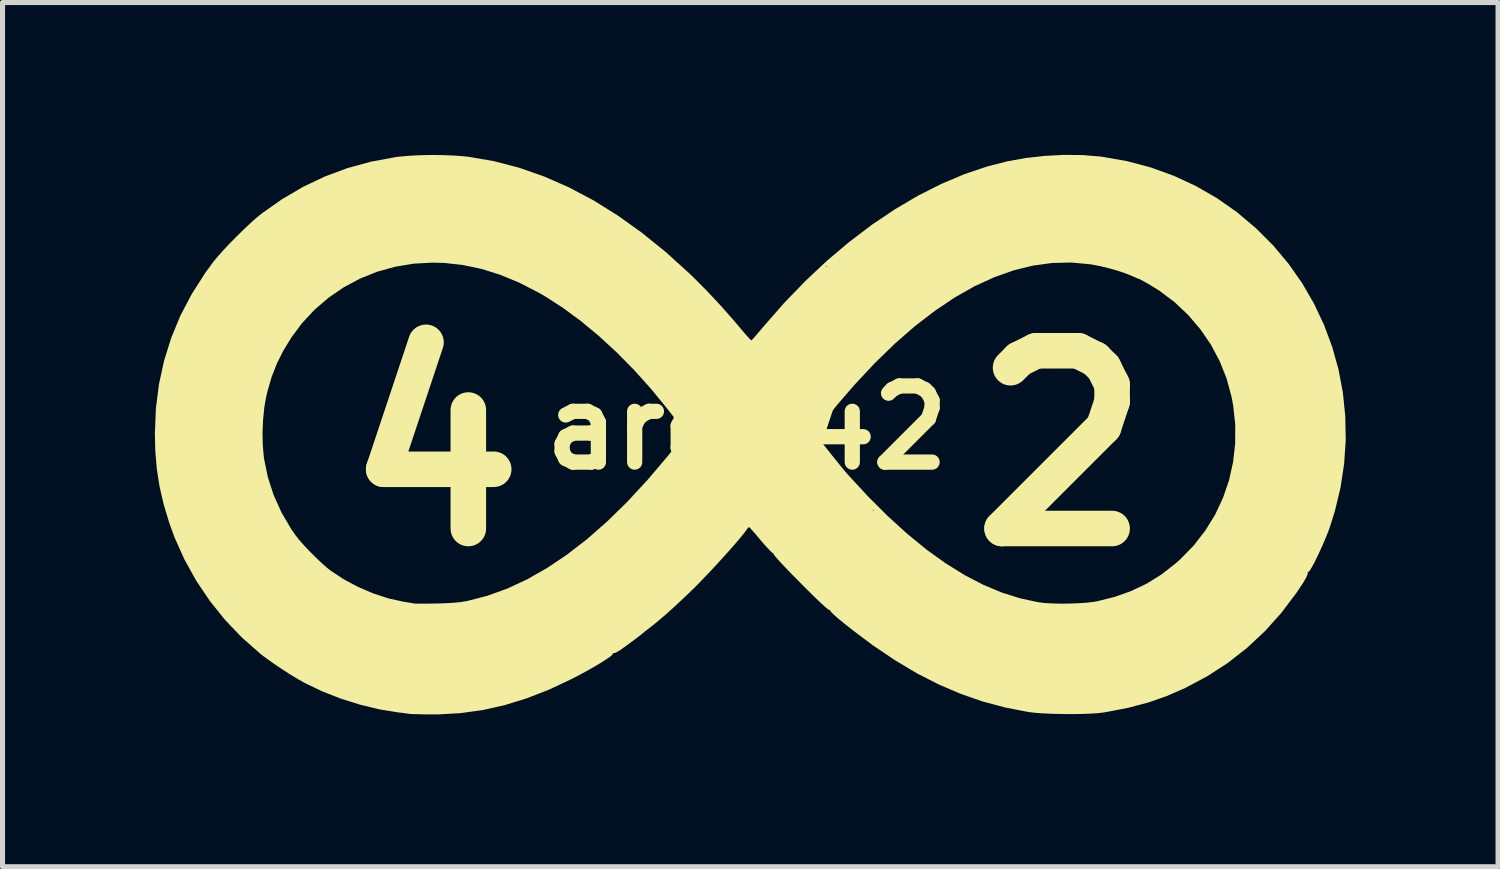
<source format=kicad_pcb>
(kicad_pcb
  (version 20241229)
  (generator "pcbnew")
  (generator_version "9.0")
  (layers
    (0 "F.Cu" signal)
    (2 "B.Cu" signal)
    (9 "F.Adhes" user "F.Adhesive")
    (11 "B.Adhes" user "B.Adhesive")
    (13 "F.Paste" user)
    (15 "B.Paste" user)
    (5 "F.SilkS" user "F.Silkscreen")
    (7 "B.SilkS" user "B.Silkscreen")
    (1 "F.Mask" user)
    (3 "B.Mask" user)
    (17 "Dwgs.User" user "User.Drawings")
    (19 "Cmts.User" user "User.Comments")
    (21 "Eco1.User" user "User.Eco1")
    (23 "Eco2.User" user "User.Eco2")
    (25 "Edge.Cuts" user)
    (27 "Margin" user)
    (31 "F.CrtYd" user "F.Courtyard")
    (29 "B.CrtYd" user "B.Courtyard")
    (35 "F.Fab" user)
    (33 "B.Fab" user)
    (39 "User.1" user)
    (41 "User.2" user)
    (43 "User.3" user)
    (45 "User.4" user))
  (footprint "ardu42"
    (layer "F.Cu")
    (at 11.663 5.372)
    (property "Reference" "ardu42" (at 0 0 0) (layer "F.SilkS") (effects (font (size 1.5 1.5) (thickness 0.3))))
    (attr board_only exclude_from_pos_files exclude_from_bom)
    (fp_poly (pts (xy 6.605 -5.368) (xy 6.951 -5.34) (xy 6.998 -5.334) (xy 7.485 -5.248) (xy 7.954 -5.123) (xy 8.407 -4.959) (xy 8.841 -4.757) (xy 9.256 -4.518) (xy 9.65 -4.241) (xy 10.02 -3.929) (xy 10.358 -3.591) (xy 10.662 -3.229) (xy 10.931 -2.846) (xy 11.164 -2.443) (xy 11.362 -2.024) (xy 11.523 -1.59) (xy 11.647 -1.145) (xy 11.733 -0.69) (xy 11.78 -0.227) (xy 11.789 0.24) (xy 11.758 0.709) (xy 11.687 1.178) (xy 11.575 1.645) (xy 11.479 1.951) (xy 11.438 2.062) (xy 11.389 2.184) (xy 11.335 2.311) (xy 11.278 2.436) (xy 11.222 2.554) (xy 11.17 2.66) (xy 11.123 2.746) (xy 11.085 2.808) (xy 11.059 2.84) (xy 11.051 2.842) (xy 11.036 2.839) (xy 11.041 2.851) (xy 11.039 2.885) (xy 11.01 2.952) (xy 10.954 3.05) (xy 10.869 3.179) (xy 10.822 3.249) (xy 10.524 3.644) (xy 10.199 4.007) (xy 9.846 4.337) (xy 9.466 4.634) (xy 9.06 4.897) (xy 8.63 5.126) (xy 8.261 5.287) (xy 7.899 5.413) (xy 7.506 5.517) (xy 7.089 5.598) (xy 7.009 5.611) (xy 6.89 5.624) (xy 6.739 5.633) (xy 6.563 5.639) (xy 6.373 5.641) (xy 6.179 5.639) (xy 5.989 5.634) (xy 5.812 5.626) (xy 5.66 5.614) (xy 5.547 5.601) (xy 5.091 5.513) (xy 4.646 5.395) (xy 4.208 5.243) (xy 3.775 5.058) (xy 3.342 4.837) (xy 2.909 4.578) (xy 2.47 4.282) (xy 2.05 3.966) (xy 1.906 3.851) (xy 1.794 3.759) (xy 1.713 3.689) (xy 1.662 3.639) (xy 1.638 3.608) (xy 1.636 3.597) (xy 1.628 3.587) (xy 1.619 3.591) (xy 1.598 3.581) (xy 1.552 3.543) (xy 1.485 3.483) (xy 1.401 3.404) (xy 1.304 3.31) (xy 1.198 3.206) (xy 1.088 3.096) (xy 0.977 2.984) (xy 0.869 2.874) (xy 0.769 2.77) (xy 0.68 2.677) (xy 0.608 2.597) (xy 0.555 2.537) (xy 0.526 2.499) (xy 0.522 2.488) (xy 0.525 2.473) (xy 0.516 2.477) (xy 0.496 2.465) (xy 0.454 2.426) (xy 0.396 2.364) (xy 0.325 2.285) (xy 0.273 2.224) (xy 0.198 2.134) (xy 0.132 2.058) (xy 0.08 1.999) (xy 0.047 1.965) (xy 0.038 1.958) (xy 0.018 1.974) (xy -0.012 2.013) (xy -0.014 2.016) (xy -0.057 2.075) (xy -0.125 2.158) (xy -0.213 2.263) (xy -0.318 2.383) (xy -0.435 2.514) (xy -0.56 2.651) (xy -0.687 2.789) (xy -0.813 2.922) (xy -0.933 3.047) (xy -1.043 3.158) (xy -1.073 3.187) (xy -1.237 3.345) (xy -1.402 3.499) (xy -1.561 3.643) (xy -1.708 3.77) (xy -1.835 3.876) (xy -1.894 3.922) (xy -1.96 3.973) (xy -2.015 4.016) (xy -2.048 4.044) (xy -2.049 4.045) (xy -2.082 4.072) (xy -2.141 4.118) (xy -2.22 4.177) (xy -2.31 4.244) (xy -2.402 4.311) (xy -2.491 4.374) (xy -2.495 4.377) (xy -2.557 4.416) (xy -2.607 4.439) (xy -2.632 4.442) (xy -2.646 4.44) (xy -2.642 4.45) (xy -2.653 4.471) (xy -2.697 4.509) (xy -2.771 4.561) (xy -2.869 4.624) (xy -2.988 4.695) (xy -3.123 4.773) (xy -3.27 4.853) (xy -3.424 4.934) (xy -3.45 4.947) (xy -3.9 5.159) (xy -4.341 5.331) (xy -4.775 5.465) (xy -5.208 5.562) (xy -5.642 5.622) (xy -6.083 5.647) (xy -6.224 5.647) (xy -6.348 5.646) (xy -6.461 5.644) (xy -6.553 5.641) (xy -6.617 5.639) (xy -6.641 5.637) (xy -6.686 5.631) (xy -6.76 5.621) (xy -6.85 5.61) (xy -6.886 5.606) (xy -7.249 5.546) (xy -7.624 5.455) (xy -7.999 5.337) (xy -8.363 5.195) (xy -8.703 5.032) (xy -8.711 5.028) (xy -8.841 4.955) (xy -8.992 4.864) (xy -9.152 4.761) (xy -9.31 4.655) (xy -9.455 4.552) (xy -9.576 4.462) (xy -9.588 4.451) (xy -9.949 4.133) (xy -10.281 3.786) (xy -10.581 3.412) (xy -10.849 3.014) (xy -11.081 2.596) (xy -11.276 2.161) (xy -11.38 1.874) (xy -11.49 1.509) (xy -11.571 1.16) (xy -11.625 0.813) (xy -11.655 0.453) (xy -11.663 0.111) (xy -11.662 0.096) (xy -9.543 0.096) (xy -9.538 0.344) (xy -9.518 0.572) (xy -9.514 0.607) (xy -9.438 0.975) (xy -9.322 1.333) (xy -9.166 1.677) (xy -8.973 2.005) (xy -8.886 2.128) (xy -8.817 2.215) (xy -8.724 2.32) (xy -8.615 2.435) (xy -8.5 2.55) (xy -8.387 2.658) (xy -8.284 2.75) (xy -8.206 2.813) (xy -7.944 2.986) (xy -7.658 3.138) (xy -7.359 3.266) (xy -7.057 3.364) (xy -6.762 3.429) (xy -6.747 3.431) (xy -6.666 3.444) (xy -6.598 3.455) (xy -6.558 3.463) (xy -6.555 3.463) (xy -6.525 3.465) (xy -6.459 3.466) (xy -6.364 3.466) (xy -6.249 3.465) (xy -6.121 3.463) (xy -6.118 3.463) (xy -5.929 3.457) (xy -5.774 3.448) (xy -5.644 3.435) (xy -5.532 3.417) (xy -5.509 3.413) (xy -5.116 3.311) (xy -4.724 3.17) (xy -4.331 2.987) (xy -3.939 2.764) (xy -3.546 2.5) (xy -3.151 2.195) (xy -2.756 1.848) (xy -2.53 1.627) (xy 2.473 1.627) (xy 2.484 1.638) (xy 2.495 1.627) (xy 2.484 1.616) (xy 2.473 1.627) (xy -2.53 1.627) (xy -2.359 1.459) (xy -1.96 1.028) (xy -1.558 0.555) (xy -1.48 0.458) (xy -1.402 0.36) (xy -1.332 0.271) (xy -1.277 0.199) (xy -1.24 0.149) (xy -1.226 0.128) (xy -1.226 0.125) (xy 1.348 0.125) (xy 1.348 0.128) (xy 1.365 0.152) (xy 1.403 0.203) (xy 1.46 0.276) (xy 1.529 0.365) (xy 1.607 0.463) (xy 1.689 0.566) (xy 1.77 0.666) (xy 1.846 0.76) (xy 1.912 0.84) (xy 1.964 0.901) (xy 1.982 0.922) (xy 2.381 1.354) (xy 2.773 1.745) (xy 3.159 2.095) (xy 3.539 2.405) (xy 3.914 2.674) (xy 4.285 2.904) (xy 4.653 3.095) (xy 5.017 3.248) (xy 5.38 3.362) (xy 5.741 3.439) (xy 5.744 3.44) (xy 5.866 3.454) (xy 6.018 3.462) (xy 6.189 3.466) (xy 6.367 3.464) (xy 6.541 3.457) (xy 6.699 3.446) (xy 6.832 3.43) (xy 6.881 3.422) (xy 7.239 3.333) (xy 7.568 3.216) (xy 7.873 3.07) (xy 8.161 2.891) (xy 8.436 2.676) (xy 8.535 2.588) (xy 8.798 2.318) (xy 9.025 2.025) (xy 9.218 1.711) (xy 9.373 1.38) (xy 9.491 1.035) (xy 9.571 0.677) (xy 9.612 0.31) (xy 9.613 -0.063) (xy 9.572 -0.44) (xy 9.539 -0.614) (xy 9.442 -0.97) (xy 9.306 -1.312) (xy 9.133 -1.636) (xy 8.925 -1.939) (xy 8.686 -2.219) (xy 8.417 -2.473) (xy 8.121 -2.696) (xy 7.901 -2.831) (xy 7.824 -2.874) (xy 7.762 -2.908) (xy 7.723 -2.927) (xy 7.715 -2.93) (xy 7.691 -2.938) (xy 7.64 -2.96) (xy 7.572 -2.991) (xy 7.569 -2.992) (xy 7.443 -3.042) (xy 7.289 -3.093) (xy 7.118 -3.141) (xy 6.944 -3.183) (xy 6.78 -3.214) (xy 6.753 -3.218) (xy 6.383 -3.252) (xy 6.009 -3.243) (xy 5.632 -3.192) (xy 5.252 -3.099) (xy 4.869 -2.963) (xy 4.482 -2.786) (xy 4.093 -2.566) (xy 3.702 -2.304) (xy 3.308 -2.001) (xy 2.911 -1.656) (xy 2.513 -1.269) (xy 2.112 -0.84) (xy 1.788 -0.465) (xy 1.662 -0.311) (xy 1.554 -0.176) (xy 1.467 -0.062) (xy 1.402 0.027) (xy 1.362 0.09) (xy 1.348 0.125) (xy -1.226 0.125) (xy -1.226 0.11) (xy -1.239 0.08) (xy -1.267 0.034) (xy -1.313 -0.032) (xy -1.378 -0.121) (xy -1.466 -0.236) (xy -1.569 -0.369) (xy -1.889 -0.76) (xy -2.223 -1.133) (xy -2.569 -1.483) (xy -2.921 -1.807) (xy -3.276 -2.101) (xy -3.63 -2.362) (xy -3.979 -2.587) (xy -4.108 -2.661) (xy -4.489 -2.856) (xy -4.861 -3.01) (xy -5.229 -3.126) (xy -5.594 -3.203) (xy -5.961 -3.244) (xy -6.19 -3.25) (xy -6.565 -3.23) (xy -6.931 -3.169) (xy -7.285 -3.071) (xy -7.623 -2.935) (xy -7.943 -2.764) (xy -8.243 -2.559) (xy -8.518 -2.323) (xy -8.767 -2.055) (xy -8.973 -1.778) (xy -9.133 -1.517) (xy -9.261 -1.261) (xy -9.364 -0.997) (xy -9.447 -0.71) (xy -9.47 -0.614) (xy -9.508 -0.398) (xy -9.532 -0.156) (xy -9.543 0.096) (xy -11.662 0.096) (xy -11.643 -0.381) (xy -11.582 -0.858) (xy -11.481 -1.322) (xy -11.34 -1.772) (xy -11.159 -2.209) (xy -10.936 -2.633) (xy -10.673 -3.045) (xy -10.507 -3.272) (xy -10.424 -3.372) (xy -10.317 -3.492) (xy -10.192 -3.625) (xy -10.057 -3.762) (xy -9.919 -3.897) (xy -9.787 -4.022) (xy -9.667 -4.129) (xy -9.566 -4.212) (xy -9.564 -4.214) (xy -9.159 -4.499) (xy -8.743 -4.743) (xy -8.315 -4.946) (xy -7.872 -5.111) (xy -7.412 -5.237) (xy -6.933 -5.326) (xy -6.876 -5.334) (xy -6.693 -5.352) (xy -6.481 -5.364) (xy -6.252 -5.37) (xy -6.018 -5.368) (xy -5.792 -5.36) (xy -5.587 -5.345) (xy -5.477 -5.333) (xy -4.98 -5.247) (xy -4.487 -5.118) (xy -3.996 -4.946) (xy -3.51 -4.733) (xy -3.026 -4.477) (xy -2.547 -4.178) (xy -2.07 -3.837) (xy -1.596 -3.454) (xy -1.126 -3.027) (xy -1.055 -2.959) (xy -0.78 -2.682) (xy -0.502 -2.384) (xy -0.238 -2.083) (xy -0.156 -1.985) (xy -0.08 -1.895) (xy -0.013 -1.818) (xy 0.04 -1.76) (xy 0.074 -1.725) (xy 0.085 -1.718) (xy 0.103 -1.736) (xy 0.144 -1.781) (xy 0.201 -1.847) (xy 0.272 -1.93) (xy 0.323 -1.991) (xy 0.727 -2.453) (xy 1.145 -2.885) (xy 1.454 -3.176) (xy 1.556 -3.176) (xy 1.566 -3.165) (xy 1.577 -3.176) (xy 1.566 -3.186) (xy 1.556 -3.176) (xy 1.454 -3.176) (xy 1.574 -3.288) (xy 2.013 -3.659) (xy 2.459 -3.997) (xy 2.912 -4.301) (xy 3.367 -4.569) (xy 3.825 -4.8) (xy 4.281 -4.993) (xy 4.736 -5.146) (xy 5.125 -5.245) (xy 5.486 -5.31) (xy 5.86 -5.352) (xy 6.237 -5.372)) (stroke (width 0) (type solid)) (fill yes) (layer "F.SilkS"))
    (fp_text user "4" (at -8.284 2.451 0) (unlocked yes) (layer "F.SilkS") (effects (font (size 3.5 3.5) (thickness 0.7) (bold yes)) (justify left bottom)))
    (fp_text user "2" (at 4.061 2.451 0) (unlocked yes) (layer "F.SilkS") (effects (font (size 3.5 3.5) (thickness 0.7) (bold yes)) (justify left bottom))))
  (gr_rect
    (start -3 -3)
    (end 26.452 14.019)
    (stroke (width 0.1) (type default))
    (fill no)
    (layer "Edge.Cuts")))
</source>
